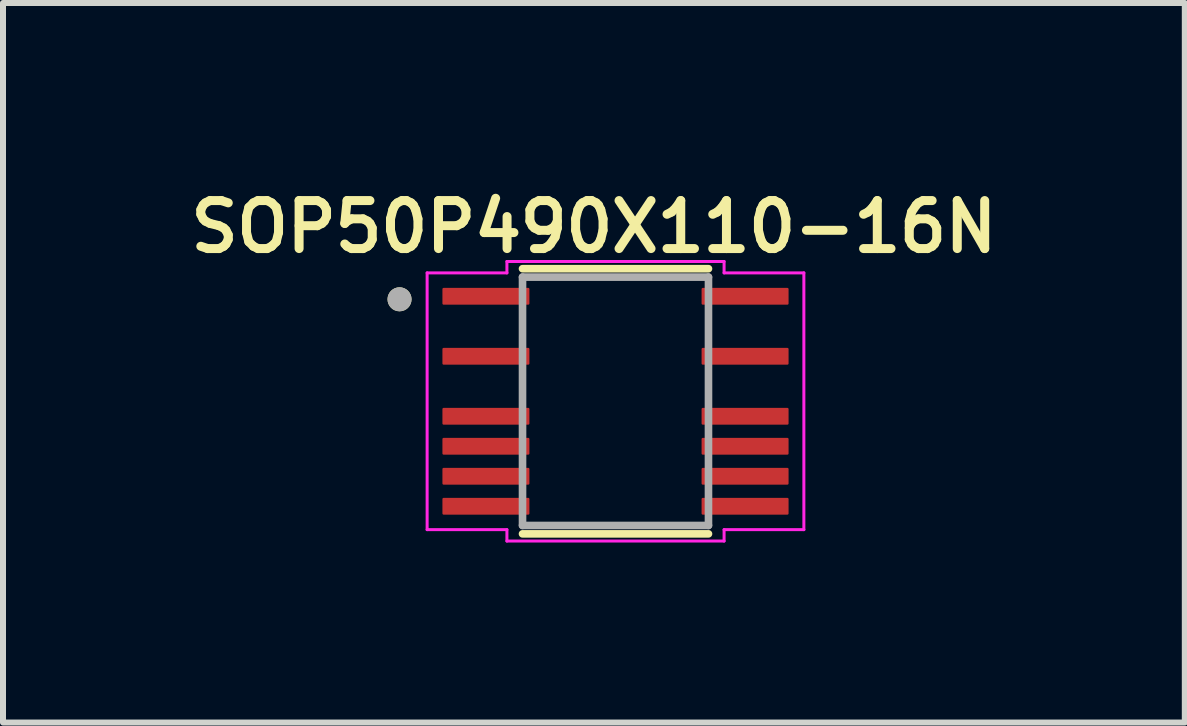
<source format=kicad_pcb>
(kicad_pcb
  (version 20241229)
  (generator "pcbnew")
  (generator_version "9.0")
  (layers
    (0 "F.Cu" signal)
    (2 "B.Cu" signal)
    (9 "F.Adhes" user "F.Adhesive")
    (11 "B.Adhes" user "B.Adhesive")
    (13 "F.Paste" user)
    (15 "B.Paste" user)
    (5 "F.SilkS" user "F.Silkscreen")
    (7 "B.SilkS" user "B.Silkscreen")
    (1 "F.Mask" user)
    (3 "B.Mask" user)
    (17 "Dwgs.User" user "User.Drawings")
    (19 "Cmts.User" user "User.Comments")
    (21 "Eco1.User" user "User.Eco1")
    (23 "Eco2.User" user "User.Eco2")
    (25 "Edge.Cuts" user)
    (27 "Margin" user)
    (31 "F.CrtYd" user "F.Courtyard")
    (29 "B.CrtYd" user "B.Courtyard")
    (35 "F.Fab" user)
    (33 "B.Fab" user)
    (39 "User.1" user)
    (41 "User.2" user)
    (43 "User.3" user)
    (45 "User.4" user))
  (footprint "SOP50P490X110-16N"
    (layer "F.Cu")
    (at 7.21 3.639)
    (property "Reference" "SOP50P490X110-16N" (at -0.36 -2.908 0) (layer "F.SilkS") (effects (font (size 0.8 0.8) (thickness 0.15))))
    (attr through_hole)
    (fp_line (start -1.55 -2.21) (end 1.55 -2.21) (stroke (width 0.127) (type solid)) (layer "F.SilkS"))
    (fp_line (start -1.55 2.21) (end 1.55 2.21) (stroke (width 0.127) (type solid)) (layer "F.SilkS"))
    (fp_circle (center -3.6 -1.7) (end -3.5 -1.7) (stroke (width 0.2) (type solid)) (fill no) (layer "F.SilkS"))
    (fp_line (start -3.14 -2.14) (end -3.14 2.14) (stroke (width 0.05) (type solid)) (layer "F.CrtYd"))
    (fp_line (start -3.14 -2.14) (end -1.81 -2.14) (stroke (width 0.05) (type solid)) (layer "F.CrtYd"))
    (fp_line (start -1.81 -2.33) (end 1.81 -2.33) (stroke (width 0.05) (type solid)) (layer "F.CrtYd"))
    (fp_line (start -1.81 -2.14) (end -1.81 -2.33) (stroke (width 0.05) (type solid)) (layer "F.CrtYd"))
    (fp_line (start -1.81 2.14) (end -3.14 2.14) (stroke (width 0.05) (type solid)) (layer "F.CrtYd"))
    (fp_line (start -1.81 2.33) (end -1.81 2.14) (stroke (width 0.05) (type solid)) (layer "F.CrtYd"))
    (fp_line (start 1.81 -2.33) (end 1.81 -2.14) (stroke (width 0.05) (type solid)) (layer "F.CrtYd"))
    (fp_line (start 1.81 -2.14) (end 3.14 -2.14) (stroke (width 0.05) (type solid)) (layer "F.CrtYd"))
    (fp_line (start 1.81 2.14) (end 1.81 2.33) (stroke (width 0.05) (type solid)) (layer "F.CrtYd"))
    (fp_line (start 1.81 2.33) (end -1.81 2.33) (stroke (width 0.05) (type solid)) (layer "F.CrtYd"))
    (fp_line (start 3.14 2.14) (end 1.81 2.14) (stroke (width 0.05) (type solid)) (layer "F.CrtYd"))
    (fp_line (start 3.14 2.14) (end 3.14 -2.14) (stroke (width 0.05) (type solid)) (layer "F.CrtYd"))
    (fp_line (start -1.55 -2.07) (end 1.55 -2.07) (stroke (width 0.127) (type solid)) (layer "F.Fab"))
    (fp_line (start -1.55 2.07) (end -1.55 -2.07) (stroke (width 0.127) (type solid)) (layer "F.Fab"))
    (fp_line (start 1.55 -2.07) (end 1.55 2.07) (stroke (width 0.127) (type solid)) (layer "F.Fab"))
    (fp_line (start 1.55 2.07) (end -1.55 2.07) (stroke (width 0.127) (type solid)) (layer "F.Fab"))
    (fp_circle (center -3.6 -1.7) (end -3.5 -1.7) (stroke (width 0.2) (type solid)) (fill no) (layer "F.Fab"))
    (pad "1" smd roundrect (at -2.16 -1.75) (size 1.45 0.28) (layers "F.Cu" "F.Mask" "F.Paste") (roundrect_rratio 0.07))
    (pad "3" smd roundrect (at -2.16 -0.75) (size 1.45 0.28) (layers "F.Cu" "F.Mask" "F.Paste") (roundrect_rratio 0.07))
    (pad "5" smd roundrect (at -2.16 0.25) (size 1.45 0.28) (layers "F.Cu" "F.Mask" "F.Paste") (roundrect_rratio 0.07))
    (pad "6" smd roundrect (at -2.16 0.75) (size 1.45 0.28) (layers "F.Cu" "F.Mask" "F.Paste") (roundrect_rratio 0.07))
    (pad "7" smd roundrect (at -2.16 1.25) (size 1.45 0.28) (layers "F.Cu" "F.Mask" "F.Paste") (roundrect_rratio 0.07))
    (pad "8" smd roundrect (at -2.16 1.75) (size 1.45 0.28) (layers "F.Cu" "F.Mask" "F.Paste") (roundrect_rratio 0.07))
    (pad "9" smd roundrect (at 2.16 1.75 180) (size 1.45 0.28) (layers "F.Cu" "F.Mask" "F.Paste") (roundrect_rratio 0.07))
    (pad "10" smd roundrect (at 2.16 1.25 180) (size 1.45 0.28) (layers "F.Cu" "F.Mask" "F.Paste") (roundrect_rratio 0.07))
    (pad "11" smd roundrect (at 2.16 0.75 180) (size 1.45 0.28) (layers "F.Cu" "F.Mask" "F.Paste") (roundrect_rratio 0.07))
    (pad "12" smd roundrect (at 2.16 0.25 180) (size 1.45 0.28) (layers "F.Cu" "F.Mask" "F.Paste") (roundrect_rratio 0.07))
    (pad "14" smd roundrect (at 2.16 -0.75 180) (size 1.45 0.28) (layers "F.Cu" "F.Mask" "F.Paste") (roundrect_rratio 0.07))
    (pad "16" smd roundrect (at 2.16 -1.75 180) (size 1.45 0.28) (layers "F.Cu" "F.Mask" "F.Paste") (roundrect_rratio 0.07)))
  (gr_rect
    (start -3 -3)
    (end 16.7 8.994)
    (stroke (width 0.1) (type default))
    (fill no)
    (layer "Edge.Cuts")))
</source>
